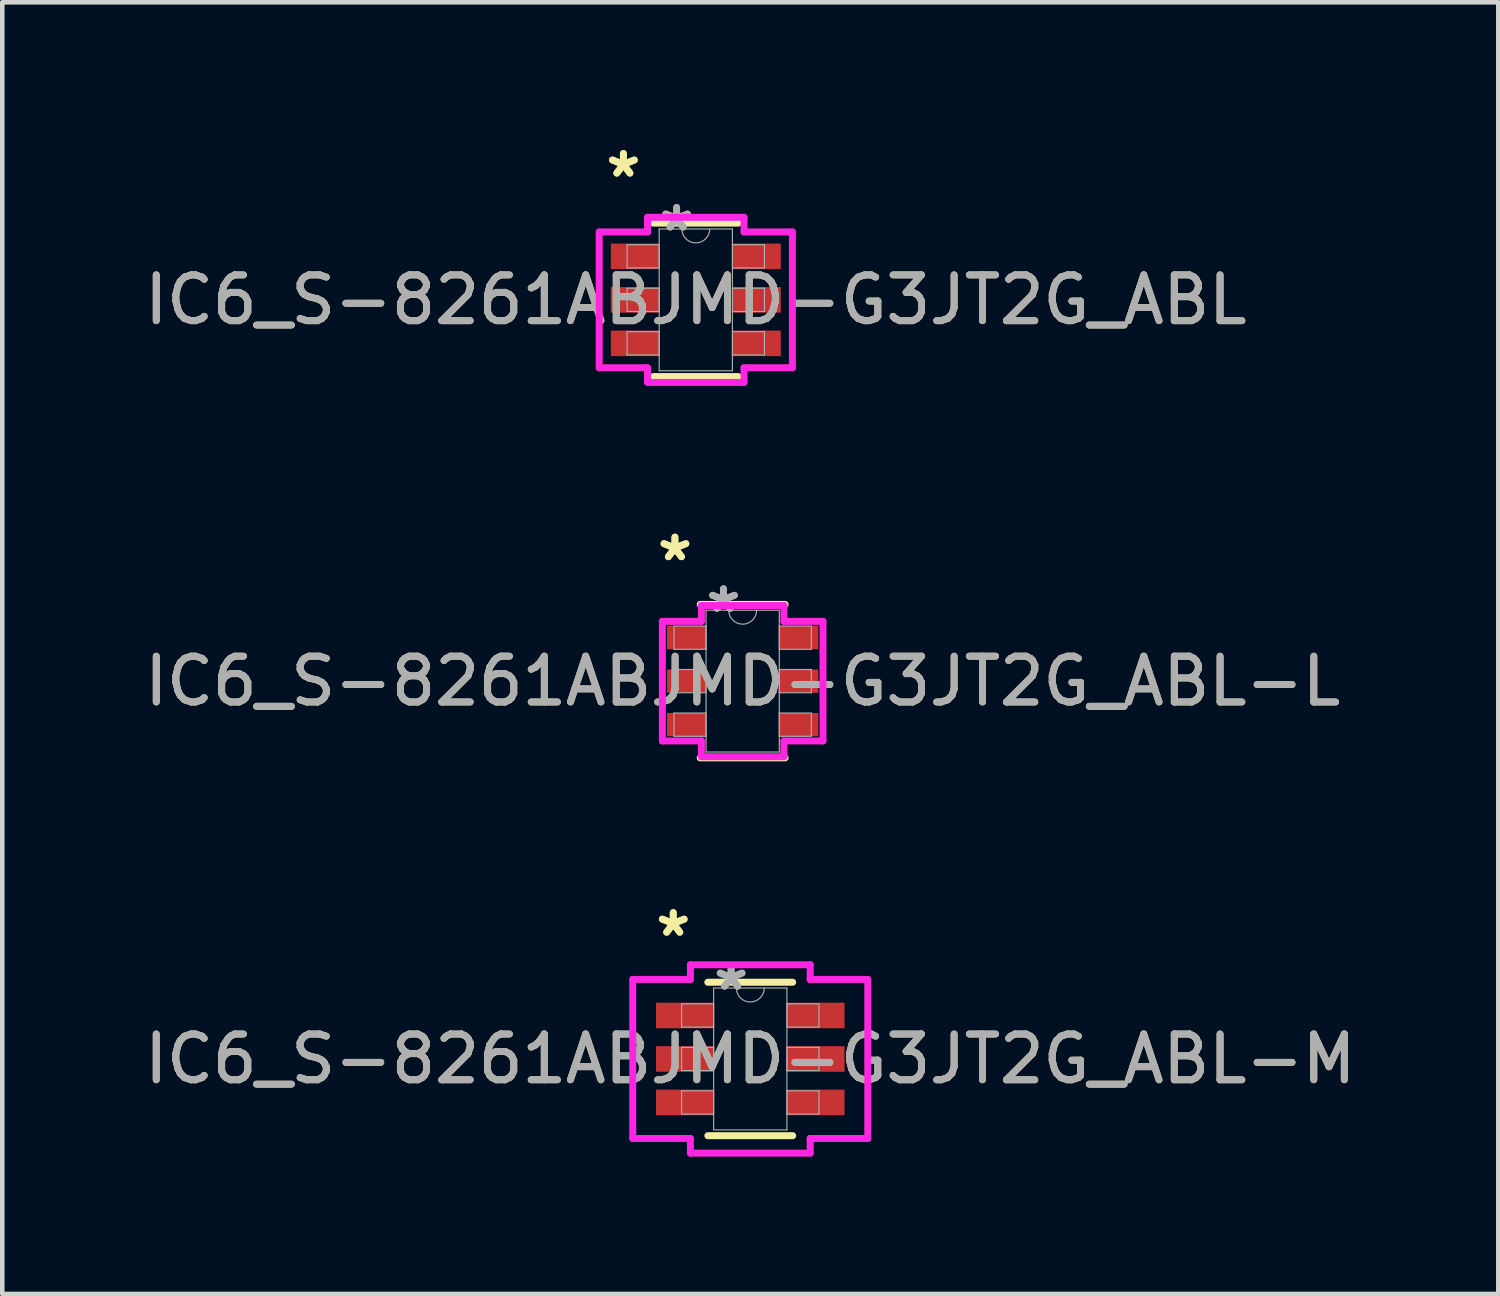
<source format=kicad_pcb>
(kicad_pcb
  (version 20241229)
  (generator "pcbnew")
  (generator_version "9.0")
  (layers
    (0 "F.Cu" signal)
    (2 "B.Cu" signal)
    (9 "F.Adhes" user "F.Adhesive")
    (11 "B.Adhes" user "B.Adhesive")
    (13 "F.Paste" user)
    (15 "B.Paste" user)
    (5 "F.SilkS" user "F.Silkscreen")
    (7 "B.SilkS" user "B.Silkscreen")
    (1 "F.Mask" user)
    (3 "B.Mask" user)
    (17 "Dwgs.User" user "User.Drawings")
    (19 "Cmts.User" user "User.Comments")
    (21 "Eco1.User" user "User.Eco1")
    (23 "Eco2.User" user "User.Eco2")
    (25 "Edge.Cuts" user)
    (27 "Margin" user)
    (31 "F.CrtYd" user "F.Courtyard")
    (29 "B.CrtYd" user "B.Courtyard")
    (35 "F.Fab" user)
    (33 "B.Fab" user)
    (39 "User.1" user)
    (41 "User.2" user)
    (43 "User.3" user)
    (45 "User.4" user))
  (footprint "IC6_S-8261ABJMD-G3JT2G_ABL-M"
    (layer "F.Cu")
    (at 13.339 20.082)
    (property "Reference" "IC6_S-8261ABJMD-G3JT2G_ABL-M" (at 0 0 0) (unlocked yes) (layer "F.SilkS") (effects (font (size 1 1) (thickness 0.15))))
    (attr smd)
    (fp_line (start -0.927 1.676) (end 0.927 1.676) (stroke (width 0.152) (type solid)) (layer "F.SilkS"))
    (fp_line (start 0.927 -1.676) (end -0.927 -1.676) (stroke (width 0.152) (type solid)) (layer "F.SilkS"))
    (fp_line (start -2.567 -1.737) (end -1.308 -1.737) (stroke (width 0.152) (type solid)) (layer "F.CrtYd"))
    (fp_line (start -2.567 1.737) (end -2.567 -1.737) (stroke (width 0.152) (type solid)) (layer "F.CrtYd"))
    (fp_line (start -2.567 1.737) (end -1.308 1.737) (stroke (width 0.152) (type solid)) (layer "F.CrtYd"))
    (fp_line (start -1.308 -2.057) (end 1.308 -2.057) (stroke (width 0.152) (type solid)) (layer "F.CrtYd"))
    (fp_line (start -1.308 -1.737) (end -1.308 -2.057) (stroke (width 0.152) (type solid)) (layer "F.CrtYd"))
    (fp_line (start -1.308 2.057) (end -1.308 1.737) (stroke (width 0.152) (type solid)) (layer "F.CrtYd"))
    (fp_line (start 1.308 -2.057) (end 1.308 -1.737) (stroke (width 0.152) (type solid)) (layer "F.CrtYd"))
    (fp_line (start 1.308 1.737) (end 1.308 2.057) (stroke (width 0.152) (type solid)) (layer "F.CrtYd"))
    (fp_line (start 1.308 2.057) (end -1.308 2.057) (stroke (width 0.152) (type solid)) (layer "F.CrtYd"))
    (fp_line (start 2.567 -1.737) (end 1.308 -1.737) (stroke (width 0.152) (type solid)) (layer "F.CrtYd"))
    (fp_line (start 2.567 -1.737) (end 2.567 1.737) (stroke (width 0.152) (type solid)) (layer "F.CrtYd"))
    (fp_line (start 2.567 1.737) (end 1.308 1.737) (stroke (width 0.152) (type solid)) (layer "F.CrtYd"))
    (fp_line (start -1.5 -1.204) (end -1.5 -0.696) (stroke (width 0.025) (type solid)) (layer "F.Fab"))
    (fp_line (start -1.5 -0.696) (end -0.8 -0.696) (stroke (width 0.025) (type solid)) (layer "F.Fab"))
    (fp_line (start -1.5 -0.254) (end -1.5 0.254) (stroke (width 0.025) (type solid)) (layer "F.Fab"))
    (fp_line (start -1.5 0.254) (end -0.8 0.254) (stroke (width 0.025) (type solid)) (layer "F.Fab"))
    (fp_line (start -1.5 0.696) (end -1.5 1.204) (stroke (width 0.025) (type solid)) (layer "F.Fab"))
    (fp_line (start -1.5 1.204) (end -0.8 1.204) (stroke (width 0.025) (type solid)) (layer "F.Fab"))
    (fp_line (start -0.8 -1.549) (end -0.8 1.549) (stroke (width 0.025) (type solid)) (layer "F.Fab"))
    (fp_line (start -0.8 -1.204) (end -1.5 -1.204) (stroke (width 0.025) (type solid)) (layer "F.Fab"))
    (fp_line (start -0.8 -0.696) (end -0.8 -1.204) (stroke (width 0.025) (type solid)) (layer "F.Fab"))
    (fp_line (start -0.8 -0.254) (end -1.5 -0.254) (stroke (width 0.025) (type solid)) (layer "F.Fab"))
    (fp_line (start -0.8 0.254) (end -0.8 -0.254) (stroke (width 0.025) (type solid)) (layer "F.Fab"))
    (fp_line (start -0.8 0.696) (end -1.5 0.696) (stroke (width 0.025) (type solid)) (layer "F.Fab"))
    (fp_line (start -0.8 1.204) (end -0.8 0.696) (stroke (width 0.025) (type solid)) (layer "F.Fab"))
    (fp_line (start -0.8 1.549) (end 0.8 1.549) (stroke (width 0.025) (type solid)) (layer "F.Fab"))
    (fp_line (start 0.8 -1.549) (end -0.8 -1.549) (stroke (width 0.025) (type solid)) (layer "F.Fab"))
    (fp_line (start 0.8 -1.204) (end 0.8 -0.696) (stroke (width 0.025) (type solid)) (layer "F.Fab"))
    (fp_line (start 0.8 -0.696) (end 1.5 -0.696) (stroke (width 0.025) (type solid)) (layer "F.Fab"))
    (fp_line (start 0.8 -0.254) (end 0.8 0.254) (stroke (width 0.025) (type solid)) (layer "F.Fab"))
    (fp_line (start 0.8 0.254) (end 1.5 0.254) (stroke (width 0.025) (type solid)) (layer "F.Fab"))
    (fp_line (start 0.8 0.696) (end 0.8 1.204) (stroke (width 0.025) (type solid)) (layer "F.Fab"))
    (fp_line (start 0.8 1.204) (end 1.5 1.204) (stroke (width 0.025) (type solid)) (layer "F.Fab"))
    (fp_line (start 0.8 1.549) (end 0.8 -1.549) (stroke (width 0.025) (type solid)) (layer "F.Fab"))
    (fp_line (start 1.5 -1.204) (end 0.8 -1.204) (stroke (width 0.025) (type solid)) (layer "F.Fab"))
    (fp_line (start 1.5 -0.696) (end 1.5 -1.204) (stroke (width 0.025) (type solid)) (layer "F.Fab"))
    (fp_line (start 1.5 -0.254) (end 0.8 -0.254) (stroke (width 0.025) (type solid)) (layer "F.Fab"))
    (fp_line (start 1.5 0.254) (end 1.5 -0.254) (stroke (width 0.025) (type solid)) (layer "F.Fab"))
    (fp_line (start 1.5 0.696) (end 0.8 0.696) (stroke (width 0.025) (type solid)) (layer "F.Fab"))
    (fp_line (start 1.5 1.204) (end 1.5 0.696) (stroke (width 0.025) (type solid)) (layer "F.Fab"))
    (fp_arc (start 0.3048 -1.5494) (mid 0 -1.2446) (end -0.3048 -1.5494) (stroke (width 0.0254) (type solid)) (layer "F.Fab"))
    (fp_text user "*" (at -1.683 -2.652 0) (unlocked yes) (layer "F.SilkS") (effects (font (size 1 1) (thickness 0.15))))
    (fp_text user "*" (at -1.683 -2.652 0) (layer "F.SilkS") (effects (font (size 1 1) (thickness 0.15))))
    (fp_text user "*" (at -0.419 -1.473 0) (layer "F.Fab") (effects (font (size 1 1) (thickness 0.15))))
    (fp_text user "*" (at -0.419 -1.473 0) (unlocked yes) (layer "F.Fab") (effects (font (size 1 1) (thickness 0.15))))
    (fp_text user "${REFERENCE}" (at 0 0 0) (unlocked yes) (layer "F.Fab") (effects (font (size 1 1) (thickness 0.15))))
    (pad "1" smd rect (at -1.429 -0.95) (size 1.259 0.559) (layers "F.Cu" "F.Mask" "F.Paste"))
    (pad "2" smd rect (at -1.429 0) (size 1.259 0.559) (layers "F.Cu" "F.Mask" "F.Paste"))
    (pad "3" smd rect (at -1.429 0.95) (size 1.259 0.559) (layers "F.Cu" "F.Mask" "F.Paste"))
    (pad "4" smd rect (at 1.429 0.95) (size 1.259 0.559) (layers "F.Cu" "F.Mask" "F.Paste"))
    (pad "5" smd rect (at 1.429 0) (size 1.259 0.559) (layers "F.Cu" "F.Mask" "F.Paste"))
    (pad "6" smd rect (at 1.429 -0.95) (size 1.259 0.559) (layers "F.Cu" "F.Mask" "F.Paste")))
  (footprint "IC6_S-8261ABJMD-G3JT2G_ABL"
    (layer "F.Cu")
    (at 12.149 3.5)
    (property "Reference" "IC6_S-8261ABJMD-G3JT2G_ABL" (at 0 0 0) (unlocked yes) (layer "F.SilkS") (effects (font (size 1 1) (thickness 0.15))))
    (attr smd)
    (fp_line (start -0.927 1.676) (end 0.927 1.676) (stroke (width 0.152) (type solid)) (layer "F.SilkS"))
    (fp_line (start 0.927 -1.676) (end -0.927 -1.676) (stroke (width 0.152) (type solid)) (layer "F.SilkS"))
    (fp_line (start -2.11 -1.483) (end -1.054 -1.483) (stroke (width 0.152) (type solid)) (layer "F.CrtYd"))
    (fp_line (start -2.11 1.483) (end -2.11 -1.483) (stroke (width 0.152) (type solid)) (layer "F.CrtYd"))
    (fp_line (start -2.11 1.483) (end -1.054 1.483) (stroke (width 0.152) (type solid)) (layer "F.CrtYd"))
    (fp_line (start -1.054 -1.803) (end 1.054 -1.803) (stroke (width 0.152) (type solid)) (layer "F.CrtYd"))
    (fp_line (start -1.054 -1.483) (end -1.054 -1.803) (stroke (width 0.152) (type solid)) (layer "F.CrtYd"))
    (fp_line (start -1.054 1.803) (end -1.054 1.483) (stroke (width 0.152) (type solid)) (layer "F.CrtYd"))
    (fp_line (start 1.054 -1.803) (end 1.054 -1.483) (stroke (width 0.152) (type solid)) (layer "F.CrtYd"))
    (fp_line (start 1.054 1.483) (end 1.054 1.803) (stroke (width 0.152) (type solid)) (layer "F.CrtYd"))
    (fp_line (start 1.054 1.803) (end -1.054 1.803) (stroke (width 0.152) (type solid)) (layer "F.CrtYd"))
    (fp_line (start 2.11 -1.483) (end 1.054 -1.483) (stroke (width 0.152) (type solid)) (layer "F.CrtYd"))
    (fp_line (start 2.11 -1.483) (end 2.11 1.483) (stroke (width 0.152) (type solid)) (layer "F.CrtYd"))
    (fp_line (start 2.11 1.483) (end 1.054 1.483) (stroke (width 0.152) (type solid)) (layer "F.CrtYd"))
    (fp_line (start -1.5 -1.204) (end -1.5 -0.696) (stroke (width 0.025) (type solid)) (layer "F.Fab"))
    (fp_line (start -1.5 -0.696) (end -0.8 -0.696) (stroke (width 0.025) (type solid)) (layer "F.Fab"))
    (fp_line (start -1.5 -0.254) (end -1.5 0.254) (stroke (width 0.025) (type solid)) (layer "F.Fab"))
    (fp_line (start -1.5 0.254) (end -0.8 0.254) (stroke (width 0.025) (type solid)) (layer "F.Fab"))
    (fp_line (start -1.5 0.696) (end -1.5 1.204) (stroke (width 0.025) (type solid)) (layer "F.Fab"))
    (fp_line (start -1.5 1.204) (end -0.8 1.204) (stroke (width 0.025) (type solid)) (layer "F.Fab"))
    (fp_line (start -0.8 -1.549) (end -0.8 1.549) (stroke (width 0.025) (type solid)) (layer "F.Fab"))
    (fp_line (start -0.8 -1.204) (end -1.5 -1.204) (stroke (width 0.025) (type solid)) (layer "F.Fab"))
    (fp_line (start -0.8 -0.696) (end -0.8 -1.204) (stroke (width 0.025) (type solid)) (layer "F.Fab"))
    (fp_line (start -0.8 -0.254) (end -1.5 -0.254) (stroke (width 0.025) (type solid)) (layer "F.Fab"))
    (fp_line (start -0.8 0.254) (end -0.8 -0.254) (stroke (width 0.025) (type solid)) (layer "F.Fab"))
    (fp_line (start -0.8 0.696) (end -1.5 0.696) (stroke (width 0.025) (type solid)) (layer "F.Fab"))
    (fp_line (start -0.8 1.204) (end -0.8 0.696) (stroke (width 0.025) (type solid)) (layer "F.Fab"))
    (fp_line (start -0.8 1.549) (end 0.8 1.549) (stroke (width 0.025) (type solid)) (layer "F.Fab"))
    (fp_line (start 0.8 -1.549) (end -0.8 -1.549) (stroke (width 0.025) (type solid)) (layer "F.Fab"))
    (fp_line (start 0.8 -1.204) (end 0.8 -0.696) (stroke (width 0.025) (type solid)) (layer "F.Fab"))
    (fp_line (start 0.8 -0.696) (end 1.5 -0.696) (stroke (width 0.025) (type solid)) (layer "F.Fab"))
    (fp_line (start 0.8 -0.254) (end 0.8 0.254) (stroke (width 0.025) (type solid)) (layer "F.Fab"))
    (fp_line (start 0.8 0.254) (end 1.5 0.254) (stroke (width 0.025) (type solid)) (layer "F.Fab"))
    (fp_line (start 0.8 0.696) (end 0.8 1.204) (stroke (width 0.025) (type solid)) (layer "F.Fab"))
    (fp_line (start 0.8 1.204) (end 1.5 1.204) (stroke (width 0.025) (type solid)) (layer "F.Fab"))
    (fp_line (start 0.8 1.549) (end 0.8 -1.549) (stroke (width 0.025) (type solid)) (layer "F.Fab"))
    (fp_line (start 1.5 -1.204) (end 0.8 -1.204) (stroke (width 0.025) (type solid)) (layer "F.Fab"))
    (fp_line (start 1.5 -0.696) (end 1.5 -1.204) (stroke (width 0.025) (type solid)) (layer "F.Fab"))
    (fp_line (start 1.5 -0.254) (end 0.8 -0.254) (stroke (width 0.025) (type solid)) (layer "F.Fab"))
    (fp_line (start 1.5 0.254) (end 1.5 -0.254) (stroke (width 0.025) (type solid)) (layer "F.Fab"))
    (fp_line (start 1.5 0.696) (end 0.8 0.696) (stroke (width 0.025) (type solid)) (layer "F.Fab"))
    (fp_line (start 1.5 1.204) (end 1.5 0.696) (stroke (width 0.025) (type solid)) (layer "F.Fab"))
    (fp_arc (start 0.3048 -1.5494) (mid 0 -1.2446) (end -0.3048 -1.5494) (stroke (width 0.0254) (type solid)) (layer "F.Fab"))
    (fp_text user "*" (at -1.582 -2.652 0) (unlocked yes) (layer "F.SilkS") (effects (font (size 1 1) (thickness 0.15))))
    (fp_text user "*" (at -1.582 -2.652 0) (layer "F.SilkS") (effects (font (size 1 1) (thickness 0.15))))
    (fp_text user "*" (at -0.419 -1.473 0) (unlocked yes) (layer "F.Fab") (effects (font (size 1 1) (thickness 0.15))))
    (fp_text user "${REFERENCE}" (at 0 0 0) (unlocked yes) (layer "F.Fab") (effects (font (size 1 1) (thickness 0.15))))
    (fp_text user "*" (at -0.419 -1.473 0) (layer "F.Fab") (effects (font (size 1 1) (thickness 0.15))))
    (pad "1" smd rect (at -1.328 -0.95) (size 1.056 0.559) (layers "F.Cu" "F.Mask" "F.Paste"))
    (pad "2" smd rect (at -1.328 0) (size 1.056 0.559) (layers "F.Cu" "F.Mask" "F.Paste"))
    (pad "3" smd rect (at -1.328 0.95) (size 1.056 0.559) (layers "F.Cu" "F.Mask" "F.Paste"))
    (pad "4" smd rect (at 1.328 0.95) (size 1.056 0.559) (layers "F.Cu" "F.Mask" "F.Paste"))
    (pad "5" smd rect (at 1.328 0) (size 1.056 0.559) (layers "F.Cu" "F.Mask" "F.Paste"))
    (pad "6" smd rect (at 1.328 -0.95) (size 1.056 0.559) (layers "F.Cu" "F.Mask" "F.Paste")))
  (footprint "IC6_S-8261ABJMD-G3JT2G_ABL-L"
    (layer "F.Cu")
    (at 13.173 11.829)
    (property "Reference" "IC6_S-8261ABJMD-G3JT2G_ABL-L" (at 0 0 0) (unlocked yes) (layer "F.SilkS") (effects (font (size 1 1) (thickness 0.15))))
    (attr smd)
    (fp_line (start -0.927 1.676) (end 0.927 1.676) (stroke (width 0.152) (type solid)) (layer "F.SilkS"))
    (fp_line (start 0.927 -1.676) (end -0.927 -1.676) (stroke (width 0.152) (type solid)) (layer "F.SilkS"))
    (fp_line (start -1.754 -1.306) (end -0.902 -1.306) (stroke (width 0.152) (type solid)) (layer "F.CrtYd"))
    (fp_line (start -1.754 1.306) (end -1.754 -1.306) (stroke (width 0.152) (type solid)) (layer "F.CrtYd"))
    (fp_line (start -1.754 1.306) (end -0.902 1.306) (stroke (width 0.152) (type solid)) (layer "F.CrtYd"))
    (fp_line (start -0.902 -1.651) (end 0.902 -1.651) (stroke (width 0.152) (type solid)) (layer "F.CrtYd"))
    (fp_line (start -0.902 -1.306) (end -0.902 -1.651) (stroke (width 0.152) (type solid)) (layer "F.CrtYd"))
    (fp_line (start -0.902 1.651) (end -0.902 1.306) (stroke (width 0.152) (type solid)) (layer "F.CrtYd"))
    (fp_line (start 0.902 -1.651) (end 0.902 -1.306) (stroke (width 0.152) (type solid)) (layer "F.CrtYd"))
    (fp_line (start 0.902 1.306) (end 0.902 1.651) (stroke (width 0.152) (type solid)) (layer "F.CrtYd"))
    (fp_line (start 0.902 1.651) (end -0.902 1.651) (stroke (width 0.152) (type solid)) (layer "F.CrtYd"))
    (fp_line (start 1.754 -1.306) (end 0.902 -1.306) (stroke (width 0.152) (type solid)) (layer "F.CrtYd"))
    (fp_line (start 1.754 -1.306) (end 1.754 1.306) (stroke (width 0.152) (type solid)) (layer "F.CrtYd"))
    (fp_line (start 1.754 1.306) (end 0.902 1.306) (stroke (width 0.152) (type solid)) (layer "F.CrtYd"))
    (fp_line (start -1.5 -1.204) (end -1.5 -0.696) (stroke (width 0.025) (type solid)) (layer "F.Fab"))
    (fp_line (start -1.5 -0.696) (end -0.8 -0.696) (stroke (width 0.025) (type solid)) (layer "F.Fab"))
    (fp_line (start -1.5 -0.254) (end -1.5 0.254) (stroke (width 0.025) (type solid)) (layer "F.Fab"))
    (fp_line (start -1.5 0.254) (end -0.8 0.254) (stroke (width 0.025) (type solid)) (layer "F.Fab"))
    (fp_line (start -1.5 0.696) (end -1.5 1.204) (stroke (width 0.025) (type solid)) (layer "F.Fab"))
    (fp_line (start -1.5 1.204) (end -0.8 1.204) (stroke (width 0.025) (type solid)) (layer "F.Fab"))
    (fp_line (start -0.8 -1.549) (end -0.8 1.549) (stroke (width 0.025) (type solid)) (layer "F.Fab"))
    (fp_line (start -0.8 -1.204) (end -1.5 -1.204) (stroke (width 0.025) (type solid)) (layer "F.Fab"))
    (fp_line (start -0.8 -0.696) (end -0.8 -1.204) (stroke (width 0.025) (type solid)) (layer "F.Fab"))
    (fp_line (start -0.8 -0.254) (end -1.5 -0.254) (stroke (width 0.025) (type solid)) (layer "F.Fab"))
    (fp_line (start -0.8 0.254) (end -0.8 -0.254) (stroke (width 0.025) (type solid)) (layer "F.Fab"))
    (fp_line (start -0.8 0.696) (end -1.5 0.696) (stroke (width 0.025) (type solid)) (layer "F.Fab"))
    (fp_line (start -0.8 1.204) (end -0.8 0.696) (stroke (width 0.025) (type solid)) (layer "F.Fab"))
    (fp_line (start -0.8 1.549) (end 0.8 1.549) (stroke (width 0.025) (type solid)) (layer "F.Fab"))
    (fp_line (start 0.8 -1.549) (end -0.8 -1.549) (stroke (width 0.025) (type solid)) (layer "F.Fab"))
    (fp_line (start 0.8 -1.204) (end 0.8 -0.696) (stroke (width 0.025) (type solid)) (layer "F.Fab"))
    (fp_line (start 0.8 -0.696) (end 1.5 -0.696) (stroke (width 0.025) (type solid)) (layer "F.Fab"))
    (fp_line (start 0.8 -0.254) (end 0.8 0.254) (stroke (width 0.025) (type solid)) (layer "F.Fab"))
    (fp_line (start 0.8 0.254) (end 1.5 0.254) (stroke (width 0.025) (type solid)) (layer "F.Fab"))
    (fp_line (start 0.8 0.696) (end 0.8 1.204) (stroke (width 0.025) (type solid)) (layer "F.Fab"))
    (fp_line (start 0.8 1.204) (end 1.5 1.204) (stroke (width 0.025) (type solid)) (layer "F.Fab"))
    (fp_line (start 0.8 1.549) (end 0.8 -1.549) (stroke (width 0.025) (type solid)) (layer "F.Fab"))
    (fp_line (start 1.5 -1.204) (end 0.8 -1.204) (stroke (width 0.025) (type solid)) (layer "F.Fab"))
    (fp_line (start 1.5 -0.696) (end 1.5 -1.204) (stroke (width 0.025) (type solid)) (layer "F.Fab"))
    (fp_line (start 1.5 -0.254) (end 0.8 -0.254) (stroke (width 0.025) (type solid)) (layer "F.Fab"))
    (fp_line (start 1.5 0.254) (end 1.5 -0.254) (stroke (width 0.025) (type solid)) (layer "F.Fab"))
    (fp_line (start 1.5 0.696) (end 0.8 0.696) (stroke (width 0.025) (type solid)) (layer "F.Fab"))
    (fp_line (start 1.5 1.204) (end 1.5 0.696) (stroke (width 0.025) (type solid)) (layer "F.Fab"))
    (fp_arc (start 0.3048 -1.5494) (mid 0 -1.2446) (end -0.3048 -1.5494) (stroke (width 0.0254) (type solid)) (layer "F.Fab"))
    (fp_text user "*" (at -1.48 -2.601 0) (unlocked yes) (layer "F.SilkS") (effects (font (size 1 1) (thickness 0.15))))
    (fp_text user "*" (at -1.48 -2.601 0) (layer "F.SilkS") (effects (font (size 1 1) (thickness 0.15))))
    (fp_text user "*" (at -0.419 -1.473 0) (layer "F.Fab") (effects (font (size 1 1) (thickness 0.15))))
    (fp_text user "${REFERENCE}" (at 0 0 0) (unlocked yes) (layer "F.Fab") (effects (font (size 1 1) (thickness 0.15))))
    (fp_text user "*" (at -0.419 -1.473 0) (unlocked yes) (layer "F.Fab") (effects (font (size 1 1) (thickness 0.15))))
    (pad "1" smd rect (at -1.226 -0.95) (size 0.852 0.508) (layers "F.Cu" "F.Mask" "F.Paste"))
    (pad "2" smd rect (at -1.226 0) (size 0.852 0.508) (layers "F.Cu" "F.Mask" "F.Paste"))
    (pad "3" smd rect (at -1.226 0.95) (size 0.852 0.508) (layers "F.Cu" "F.Mask" "F.Paste"))
    (pad "4" smd rect (at 1.226 0.95) (size 0.852 0.508) (layers "F.Cu" "F.Mask" "F.Paste"))
    (pad "5" smd rect (at 1.226 0) (size 0.852 0.508) (layers "F.Cu" "F.Mask" "F.Paste"))
    (pad "6" smd rect (at 1.226 -0.95) (size 0.852 0.508) (layers "F.Cu" "F.Mask" "F.Paste")))
  (gr_rect
    (start -3 -3)
    (end 29.679 25.215)
    (stroke (width 0.1) (type default))
    (fill no)
    (layer "Edge.Cuts")))
</source>
